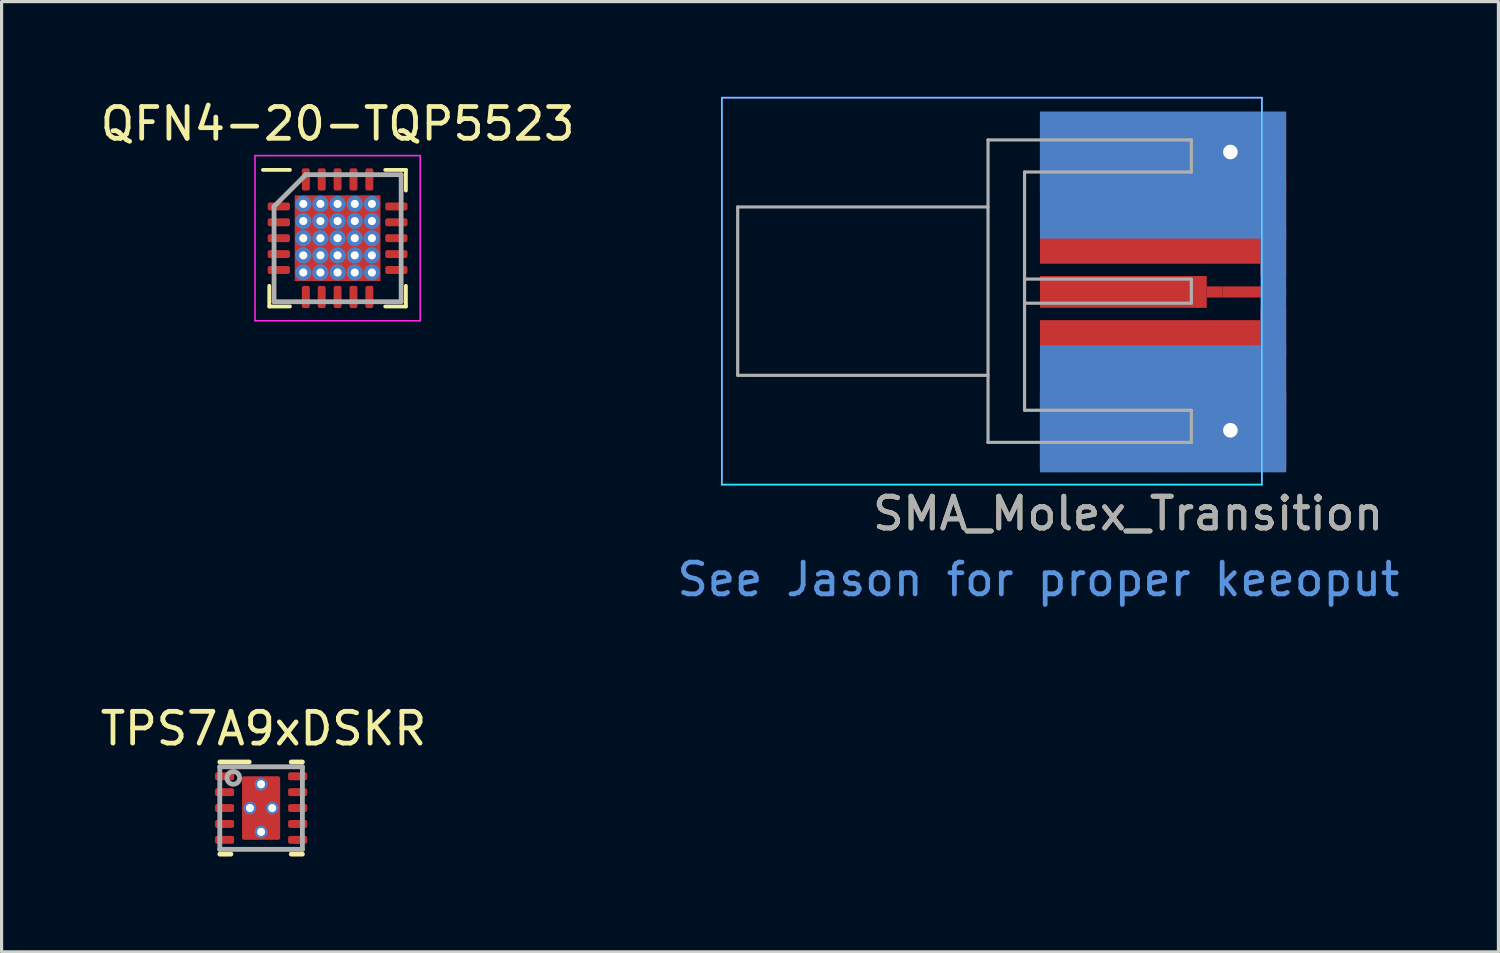
<source format=kicad_pcb>
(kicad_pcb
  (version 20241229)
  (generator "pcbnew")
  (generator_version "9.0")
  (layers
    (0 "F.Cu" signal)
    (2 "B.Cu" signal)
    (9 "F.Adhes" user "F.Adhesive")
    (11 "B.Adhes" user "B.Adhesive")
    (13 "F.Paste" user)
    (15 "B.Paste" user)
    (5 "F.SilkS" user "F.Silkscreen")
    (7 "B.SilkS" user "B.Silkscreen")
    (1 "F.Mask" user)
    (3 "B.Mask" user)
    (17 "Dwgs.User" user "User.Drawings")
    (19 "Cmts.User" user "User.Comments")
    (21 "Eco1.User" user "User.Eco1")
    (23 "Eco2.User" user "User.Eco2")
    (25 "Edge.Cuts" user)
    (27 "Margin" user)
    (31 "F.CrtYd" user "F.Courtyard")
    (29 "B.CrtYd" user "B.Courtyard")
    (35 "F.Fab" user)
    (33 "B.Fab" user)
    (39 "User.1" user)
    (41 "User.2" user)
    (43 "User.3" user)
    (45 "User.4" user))
  (footprint "TPS7A9xDSKR"
    (layer "F.Cu")
    (at 5.169 22.387)
    (property "Reference" "TPS7A9xDSKR" (at 0.075 -2.5 0) (layer "F.SilkS") (effects (font (size 1 1) (thickness 0.15))))
    (attr through_hole)
    (fp_line (start -1.3 -1.45) (end -0.375 -1.45) (stroke (width 0.152) (type solid)) (layer "F.SilkS"))
    (fp_line (start -1.3 1.45) (end -0.95 1.45) (stroke (width 0.152) (type solid)) (layer "F.SilkS"))
    (fp_line (start 0.95 -1.45) (end 1.3 -1.45) (stroke (width 0.152) (type solid)) (layer "F.SilkS"))
    (fp_line (start 0.95 1.45) (end 1.3 1.45) (stroke (width 0.152) (type solid)) (layer "F.SilkS"))
    (fp_line (start -1.3 -1.3) (end 1.3 -1.3) (stroke (width 0.152) (type solid)) (layer "F.Fab"))
    (fp_line (start -1.3 1.3) (end -1.3 -1.3) (stroke (width 0.152) (type solid)) (layer "F.Fab"))
    (fp_line (start -1.3 1.3) (end 1.3 1.3) (stroke (width 0.152) (type solid)) (layer "F.Fab"))
    (fp_line (start 1.3 1.3) (end 1.3 -1.3) (stroke (width 0.152) (type solid)) (layer "F.Fab"))
    (fp_circle (center -0.875 -0.95) (end -0.675 -0.95) (stroke (width 0.152) (type solid)) (fill no) (layer "F.Fab"))
    (pad "" smd roundrect (at 0 -0.5 90) (size 0.89 1.13) (layers "F.Mask" "F.Paste") (roundrect_rratio 0.05))
    (pad "" smd roundrect (at 0 0.5 90) (size 0.89 1.13) (layers "F.Mask" "F.Paste") (roundrect_rratio 0.05))
    (pad "1" smd roundrect (at -1.15 -1 90) (size 0.25 0.6) (layers "F.Cu" "F.Mask" "F.Paste") (roundrect_rratio 0.25))
    (pad "2" smd roundrect (at -1.15 -0.5 90) (size 0.25 0.6) (layers "F.Cu" "F.Mask" "F.Paste") (roundrect_rratio 0.25))
    (pad "3" smd roundrect (at -1.15 -0.000003 90) (size 0.25 0.6) (layers "F.Cu" "F.Mask" "F.Paste") (roundrect_rratio 0.25))
    (pad "4" smd roundrect (at -1.15 0.5 90) (size 0.25 0.6) (layers "F.Cu" "F.Mask" "F.Paste") (roundrect_rratio 0.25))
    (pad "5" smd roundrect (at -1.15 1 90) (size 0.25 0.6) (layers "F.Cu" "F.Mask" "F.Paste") (roundrect_rratio 0.25))
    (pad "6" smd roundrect (at 1.15 1 90) (size 0.25 0.6) (layers "F.Cu" "F.Mask" "F.Paste") (roundrect_rratio 0.25))
    (pad "7" smd roundrect (at 1.15 0.5 90) (size 0.25 0.6) (layers "F.Cu" "F.Mask" "F.Paste") (roundrect_rratio 0.25))
    (pad "8" smd roundrect (at 1.15 -0.000003 90) (size 0.25 0.6) (layers "F.Cu" "F.Mask" "F.Paste") (roundrect_rratio 0.25))
    (pad "9" smd roundrect (at 1.15 -0.5 90) (size 0.25 0.6) (layers "F.Cu" "F.Mask" "F.Paste") (roundrect_rratio 0.25))
    (pad "10" smd roundrect (at 1.15 -1 90) (size 0.25 0.6) (layers "F.Cu" "F.Mask" "F.Paste") (roundrect_rratio 0.25))
    (pad "11" thru_hole circle (at -0.35 0 90) (size 0.4 0.4) (drill 0.254) (layers "*.Cu"))
    (pad "11" thru_hole circle (at 0 -0.75 90) (size 0.4 0.4) (drill 0.254) (layers "*.Cu"))
    (pad "11" smd roundrect (at 0 0) (size 1.2 2) (layers "F.Cu" "F.Mask") (roundrect_rratio 0.05))
    (pad "11" thru_hole circle (at 0 0.75 90) (size 0.4 0.4) (drill 0.254) (layers "*.Cu"))
    (pad "11" thru_hole circle (at 0.35 0 90) (size 0.4 0.4) (drill 0.254) (layers "*.Cu")))
  (footprint "QFN4-20-TQP5523"
    (layer "F.Cu")
    (at 7.577 4.448)
    (property "Reference" "QFN4-20-TQP5523" (at 0 -3.6 0) (layer "F.SilkS") (effects (font (size 1 1) (thickness 0.15))))
    (attr smd)
    (fp_line (start -2.15 2.15) (end -2.15 1.5) (stroke (width 0.12) (type solid)) (layer "F.SilkS"))
    (fp_line (start -1.5 -2.15) (end -2.35 -2.15) (stroke (width 0.12) (type solid)) (layer "F.SilkS"))
    (fp_line (start -1.5 2.15) (end -2.15 2.15) (stroke (width 0.12) (type solid)) (layer "F.SilkS"))
    (fp_line (start 1.5 -2.15) (end 2.15 -2.15) (stroke (width 0.12) (type solid)) (layer "F.SilkS"))
    (fp_line (start 1.5 2.15) (end 2.15 2.15) (stroke (width 0.12) (type solid)) (layer "F.SilkS"))
    (fp_line (start 2.15 -2.15) (end 2.15 -1.5) (stroke (width 0.12) (type solid)) (layer "F.SilkS"))
    (fp_line (start 2.15 2.15) (end 2.15 1.5) (stroke (width 0.12) (type solid)) (layer "F.SilkS"))
    (fp_line (start -2.6 -2.6) (end 2.6 -2.6) (stroke (width 0.05) (type solid)) (layer "F.CrtYd"))
    (fp_line (start -2.6 2.6) (end -2.6 -2.6) (stroke (width 0.05) (type solid)) (layer "F.CrtYd"))
    (fp_line (start 2.6 -2.6) (end 2.6 2.6) (stroke (width 0.05) (type solid)) (layer "F.CrtYd"))
    (fp_line (start 2.6 2.6) (end -2.6 2.6) (stroke (width 0.05) (type solid)) (layer "F.CrtYd"))
    (fp_line (start -2 -1) (end -2 2) (stroke (width 0.15) (type solid)) (layer "F.Fab"))
    (fp_line (start -2 2) (end 2 2) (stroke (width 0.15) (type solid)) (layer "F.Fab"))
    (fp_line (start -1 -2) (end -2 -1) (stroke (width 0.15) (type solid)) (layer "F.Fab"))
    (fp_line (start 2 -2) (end -1 -2) (stroke (width 0.15) (type solid)) (layer "F.Fab"))
    (fp_line (start 2 2) (end 2 -2) (stroke (width 0.15) (type solid)) (layer "F.Fab"))
    (pad "" smd roundrect (at -0.6 -0.6) (size 1 1) (layers "F.Paste") (roundrect_rratio 0.25))
    (pad "" smd roundrect (at -0.6 0.6) (size 1 1) (layers "F.Paste") (roundrect_rratio 0.25))
    (pad "" smd rect (at 0 0) (size 2.5 2.5) (layers "F.Mask"))
    (pad "" smd roundrect (at 0.6 -0.6) (size 1 1) (layers "F.Paste") (roundrect_rratio 0.25))
    (pad "" smd roundrect (at 0.6 0.6) (size 1 1) (layers "F.Paste") (roundrect_rratio 0.25))
    (pad "1" smd roundrect (at -1.85 -1 90) (size 0.25 0.7) (layers "F.Cu" "F.Mask" "F.Paste") (roundrect_rratio 0.25))
    (pad "2" smd roundrect (at -1.85 -0.5 90) (size 0.25 0.7) (layers "F.Cu" "F.Mask" "F.Paste") (roundrect_rratio 0.25))
    (pad "3" smd roundrect (at -1.85 0 90) (size 0.25 0.7) (layers "F.Cu" "F.Mask" "F.Paste") (roundrect_rratio 0.25))
    (pad "4" smd roundrect (at -1.85 0.5 90) (size 0.25 0.7) (layers "F.Cu" "F.Mask" "F.Paste") (roundrect_rratio 0.25))
    (pad "5" smd roundrect (at -1.85 1 90) (size 0.25 0.7) (layers "F.Cu" "F.Mask" "F.Paste") (roundrect_rratio 0.25))
    (pad "6" smd roundrect (at -1 1.85) (size 0.25 0.7) (layers "F.Cu" "F.Mask" "F.Paste") (roundrect_rratio 0.25))
    (pad "7" smd roundrect (at -0.5 1.85) (size 0.25 0.7) (layers "F.Cu" "F.Mask" "F.Paste") (roundrect_rratio 0.25))
    (pad "8" smd roundrect (at 0 1.85) (size 0.25 0.7) (layers "F.Cu" "F.Mask" "F.Paste") (roundrect_rratio 0.25))
    (pad "9" smd roundrect (at 0.5 1.85) (size 0.25 0.7) (layers "F.Cu" "F.Mask" "F.Paste") (roundrect_rratio 0.25))
    (pad "10" smd roundrect (at 1 1.85) (size 0.25 0.7) (layers "F.Cu" "F.Mask" "F.Paste") (roundrect_rratio 0.25))
    (pad "11" smd roundrect (at 1.85 1 90) (size 0.25 0.7) (layers "F.Cu" "F.Mask" "F.Paste") (roundrect_rratio 0.25))
    (pad "12" smd roundrect (at 1.85 0.5 90) (size 0.25 0.7) (layers "F.Cu" "F.Mask" "F.Paste") (roundrect_rratio 0.25))
    (pad "13" smd roundrect (at 1.85 0 90) (size 0.25 0.7) (layers "F.Cu" "F.Mask" "F.Paste") (roundrect_rratio 0.25))
    (pad "14" smd roundrect (at 1.85 -0.5 90) (size 0.25 0.7) (layers "F.Cu" "F.Mask" "F.Paste") (roundrect_rratio 0.25))
    (pad "15" smd roundrect (at 1.85 -1 90) (size 0.25 0.7) (layers "F.Cu" "F.Mask" "F.Paste") (roundrect_rratio 0.25))
    (pad "16" smd roundrect (at 1 -1.85) (size 0.25 0.7) (layers "F.Cu" "F.Mask" "F.Paste") (roundrect_rratio 0.25))
    (pad "17" smd roundrect (at 0.5 -1.85) (size 0.25 0.7) (layers "F.Cu" "F.Mask" "F.Paste") (roundrect_rratio 0.25))
    (pad "18" smd roundrect (at 0 -1.85) (size 0.25 0.7) (layers "F.Cu" "F.Mask" "F.Paste") (roundrect_rratio 0.25))
    (pad "19" smd roundrect (at -0.5 -1.85) (size 0.25 0.7) (layers "F.Cu" "F.Mask" "F.Paste") (roundrect_rratio 0.25))
    (pad "20" smd roundrect (at -1 -1.85) (size 0.25 0.7) (layers "F.Cu" "F.Mask" "F.Paste") (roundrect_rratio 0.25))
    (pad "21" thru_hole circle (at -1.08 -1.08) (size 0.508 0.508) (drill 0.254) (layers "*.Cu"))
    (pad "21" thru_hole circle (at -1.08 -0.54) (size 0.508 0.508) (drill 0.254) (layers "*.Cu"))
    (pad "21" thru_hole circle (at -1.08 0) (size 0.508 0.508) (drill 0.254) (layers "*.Cu"))
    (pad "21" thru_hole circle (at -1.08 0.54) (size 0.508 0.508) (drill 0.254) (layers "*.Cu"))
    (pad "21" thru_hole circle (at -1.08 1.08) (size 0.508 0.508) (drill 0.254) (layers "*.Cu"))
    (pad "21" thru_hole circle (at -0.54 -1.08) (size 0.508 0.508) (drill 0.254) (layers "*.Cu"))
    (pad "21" thru_hole circle (at -0.54 -0.54) (size 0.508 0.508) (drill 0.254) (layers "*.Cu"))
    (pad "21" thru_hole circle (at -0.54 0) (size 0.508 0.508) (drill 0.254) (layers "*.Cu"))
    (pad "21" thru_hole circle (at -0.54 0.54) (size 0.508 0.508) (drill 0.254) (layers "*.Cu"))
    (pad "21" thru_hole circle (at -0.54 1.08) (size 0.508 0.508) (drill 0.254) (layers "*.Cu"))
    (pad "21" thru_hole circle (at 0 -1.08) (size 0.508 0.508) (drill 0.254) (layers "*.Cu"))
    (pad "21" thru_hole circle (at 0 -0.54) (size 0.508 0.508) (drill 0.254) (layers "*.Cu"))
    (pad "21" thru_hole circle (at 0 0) (size 0.508 0.508) (drill 0.254) (layers "*.Cu"))
    (pad "21" smd rect (at 0 0) (size 2.7 2.7) (layers "F.Cu"))
    (pad "21" thru_hole circle (at 0 0.54) (size 0.508 0.508) (drill 0.254) (layers "*.Cu"))
    (pad "21" thru_hole circle (at 0 1.08) (size 0.508 0.508) (drill 0.254) (layers "*.Cu"))
    (pad "21" thru_hole circle (at 0.54 -1.08) (size 0.508 0.508) (drill 0.254) (layers "*.Cu"))
    (pad "21" thru_hole circle (at 0.54 -0.54) (size 0.508 0.508) (drill 0.254) (layers "*.Cu"))
    (pad "21" thru_hole circle (at 0.54 0) (size 0.508 0.508) (drill 0.254) (layers "*.Cu"))
    (pad "21" thru_hole circle (at 0.54 0.54) (size 0.508 0.508) (drill 0.254) (layers "*.Cu"))
    (pad "21" thru_hole circle (at 0.54 1.08) (size 0.508 0.508) (drill 0.254) (layers "*.Cu"))
    (pad "21" thru_hole circle (at 1.08 -1.08) (size 0.508 0.508) (drill 0.254) (layers "*.Cu"))
    (pad "21" thru_hole circle (at 1.08 -0.54) (size 0.508 0.508) (drill 0.254) (layers "*.Cu"))
    (pad "21" thru_hole circle (at 1.08 0) (size 0.508 0.508) (drill 0.254) (layers "*.Cu"))
    (pad "21" thru_hole circle (at 1.08 0.54) (size 0.508 0.508) (drill 0.254) (layers "*.Cu"))
    (pad "21" thru_hole circle (at 1.08 1.08) (size 0.508 0.508) (drill 0.254) (layers "*.Cu")))
  (footprint "SMA_Molex_Transition"
    (layer "F.Cu")
    (at 29.687 6.14)
    (property "Reference" "SMA_Molex_Transition" (at 2.775 6.975 0) (layer "F.SilkS") (effects (font (size 1 1) (thickness 0.15))))
    (attr smd)
    (fp_line (start -10.015 -6.115) (end -10.015 6.065) (stroke (width 0.05) (type solid)) (layer "B.CrtYd"))
    (fp_line (start -10.015 -6.115) (end 6.985 -6.115) (stroke (width 0.05) (type solid)) (layer "B.CrtYd"))
    (fp_line (start -10.015 6.065) (end 6.985 6.065) (stroke (width 0.05) (type solid)) (layer "B.CrtYd"))
    (fp_line (start 6.985 -6.115) (end 6.985 6.065) (stroke (width 0.05) (type solid)) (layer "B.CrtYd"))
    (fp_line (start -10.015 -6.115) (end -10.015 6.065) (stroke (width 0.05) (type solid)) (layer "F.CrtYd"))
    (fp_line (start -10.015 6.065) (end 6.985 6.065) (stroke (width 0.05) (type solid)) (layer "F.CrtYd"))
    (fp_line (start 6.985 -6.115) (end -10.015 -6.115) (stroke (width 0.05) (type solid)) (layer "F.CrtYd"))
    (fp_line (start 6.985 -6.115) (end 6.985 6.065) (stroke (width 0.05) (type solid)) (layer "F.CrtYd"))
    (fp_line (start -9.515 -2.675) (end -9.515 2.625) (stroke (width 0.1) (type solid)) (layer "F.Fab"))
    (fp_line (start -9.515 -2.675) (end -1.635 -2.675) (stroke (width 0.1) (type solid)) (layer "F.Fab"))
    (fp_line (start -9.515 2.625) (end -1.635 2.625) (stroke (width 0.1) (type solid)) (layer "F.Fab"))
    (fp_line (start -1.635 -4.785) (end -1.635 4.735) (stroke (width 0.1) (type solid)) (layer "F.Fab"))
    (fp_line (start -1.635 4.735) (end 4.765 4.735) (stroke (width 0.1) (type solid)) (layer "F.Fab"))
    (fp_line (start -0.485 -3.775) (end -0.485 3.725) (stroke (width 0.1) (type solid)) (layer "F.Fab"))
    (fp_line (start -0.485 -3.775) (end 4.765 -3.775) (stroke (width 0.1) (type solid)) (layer "F.Fab"))
    (fp_line (start -0.485 -0.405) (end 4.765 -0.405) (stroke (width 0.1) (type solid)) (layer "F.Fab"))
    (fp_line (start -0.485 0.355) (end 4.765 0.355) (stroke (width 0.1) (type solid)) (layer "F.Fab"))
    (fp_line (start -0.485 3.725) (end 4.765 3.725) (stroke (width 0.1) (type solid)) (layer "F.Fab"))
    (fp_line (start 4.765 -4.785) (end -1.635 -4.785) (stroke (width 0.1) (type solid)) (layer "F.Fab"))
    (fp_line (start 4.765 -4.785) (end 4.765 -3.775) (stroke (width 0.1) (type solid)) (layer "F.Fab"))
    (fp_line (start 4.765 -0.405) (end 4.765 0.355) (stroke (width 0.1) (type solid)) (layer "F.Fab"))
    (fp_line (start 4.765 3.725) (end 4.765 4.735) (stroke (width 0.1) (type solid)) (layer "F.Fab"))
    (fp_text user "See Jason for proper keeoput" (at -0.05 9.05 0) (layer "Cmts.User") (effects (font (size 1 1) (thickness 0.15))))
    (fp_text user "${REFERENCE}" (at 2.775 6.975 0) (layer "F.Fab") (effects (font (size 1 1) (thickness 0.15))))
    (pad "" smd rect (at 3.471 0) (size 6.942 1.777) (layers "F.Mask"))
    (pad "" smd rect (at 7.346 0) (size 0.808 1) (layers "F.Mask"))
    (pad "1" smd rect (at 7.5 0) (size 0.5 0.35) (layers "F.Cu" "F.Mask"))
    (pad "2" smd rect (at 2.54 -4.405) (size 5.08 2.42) (layers "F.Cu" "F.Mask"))
    (pad "2" smd rect (at 2.54 -4.405) (size 5.08 2.42) (layers "B.Cu" "B.Mask"))
    (pad "2" smd rect (at 2.54 4.355) (size 5.08 2.42) (layers "B.Cu" "B.Mask"))
    (pad "2" smd rect (at 2.54 4.405) (size 5.08 2.42) (layers "F.Cu" "F.Mask"))
    (pad "2" smd rect (at 3.471 -2.388) (size 6.942 3) (layers "F.Cu"))
    (pad "2" smd rect (at 3.471 2.388) (size 6.942 3) (layers "F.Cu"))
    (pad "2" smd rect (at 3.875 -4.355) (size 7.75 2.525) (layers "F.Cu"))
    (pad "2" smd rect (at 3.875 -3.679) (size 7.75 4) (layers "B.Cu"))
    (pad "2" smd rect (at 3.875 3.679) (size 7.75 4) (layers "B.Cu"))
    (pad "2" smd rect (at 3.875 4.355) (size 7.75 2.42) (layers "B.Cu"))
    (pad "2" smd rect (at 3.875 4.355) (size 7.75 2.525) (layers "F.Cu"))
    (pad "2" thru_hole circle (at 5.995 -4.405) (size 0.97 0.97) (drill 0.46) (layers "*.Cu"))
    (pad "2" thru_hole circle (at 5.995 4.355) (size 0.97 0.97) (drill 0.46) (layers "*.Cu"))
    (pad "2" smd rect (at 7.346 -2) (size 0.808 3) (layers "F.Cu"))
    (pad "2" smd rect (at 7.346 0) (size 0.808 4) (layers "B.Cu"))
    (pad "2" smd rect (at 7.346 2) (size 0.808 3) (layers "F.Cu"))
    (pad "~" smd rect (at 2.625 0) (size 5.25 1) (layers "F.Cu" "F.Mask"))
    (pad "~" smd rect (at 5.5 0) (size 0.5 0.35) (layers "F.Cu"))
    (pad "~" smd rect (at 6.5 0) (size 1.5 0.35) (layers "F.Cu" "F.Mask")))
  (gr_rect
    (start -3 -3)
    (end 44.119 26.913)
    (stroke (width 0.1) (type default))
    (fill no)
    (layer "Edge.Cuts")))
</source>
